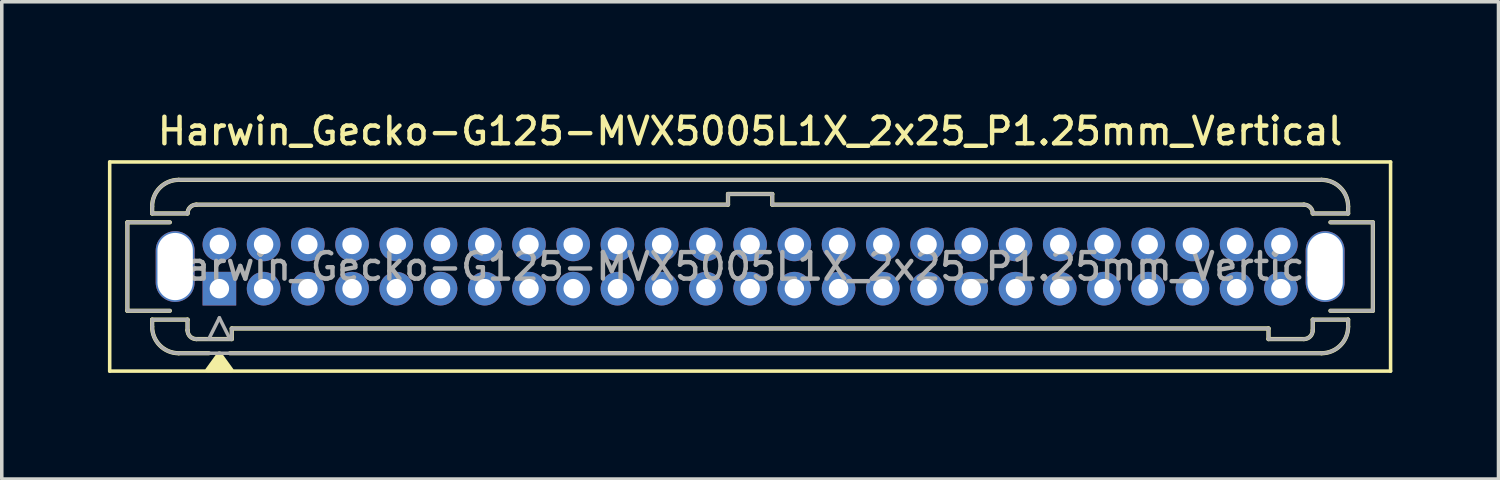
<source format=kicad_pcb>
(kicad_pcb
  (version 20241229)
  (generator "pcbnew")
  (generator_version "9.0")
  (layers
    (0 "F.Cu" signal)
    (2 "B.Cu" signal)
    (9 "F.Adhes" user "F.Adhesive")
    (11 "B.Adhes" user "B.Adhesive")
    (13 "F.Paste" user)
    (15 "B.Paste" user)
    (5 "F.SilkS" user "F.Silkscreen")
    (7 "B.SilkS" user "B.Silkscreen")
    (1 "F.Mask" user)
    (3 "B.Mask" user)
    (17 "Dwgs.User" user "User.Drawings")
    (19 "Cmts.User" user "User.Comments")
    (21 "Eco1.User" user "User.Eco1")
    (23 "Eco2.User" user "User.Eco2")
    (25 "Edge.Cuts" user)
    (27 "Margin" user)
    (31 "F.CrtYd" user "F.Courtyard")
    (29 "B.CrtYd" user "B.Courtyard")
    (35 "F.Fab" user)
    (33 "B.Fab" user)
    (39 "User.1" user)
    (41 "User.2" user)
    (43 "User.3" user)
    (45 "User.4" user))
  (footprint "Harwin_Gecko-G125-MVX5005L1X_2x25_P1.25mm_Vertical"
    (layer "F.Cu")
    (at 3.15 5.108)
    (property "Reference" "Harwin_Gecko-G125-MVX5005L1X_2x25_P1.25mm_Vertical" (at 15 -4.45 0) (layer "F.SilkS") (effects (font (size 0.75 0.75) (thickness 0.125))))
    (attr through_hole)
    (fp_line (start -3.1 -3.58) (end -3.1 2.33) (stroke (width 0.1) (type solid)) (layer "F.SilkS"))
    (fp_line (start -3.1 2.33) (end 33.1 2.33) (stroke (width 0.1) (type solid)) (layer "F.SilkS"))
    (fp_line (start -2.6 -1.875) (end -2.6 0.625) (stroke (width 0.12) (type solid)) (layer "F.SilkS"))
    (fp_line (start -2.6 0.625) (end -1.4 0.625) (stroke (width 0.12) (type solid)) (layer "F.SilkS"))
    (fp_line (start -1.9 -2.325) (end -1.9 -2.125) (stroke (width 0.12) (type solid)) (layer "F.SilkS"))
    (fp_line (start -1.9 -2.125) (end -0.9 -2.125) (stroke (width 0.12) (type solid)) (layer "F.SilkS"))
    (fp_line (start -1.9 0.875) (end -0.9 0.875) (stroke (width 0.12) (type solid)) (layer "F.SilkS"))
    (fp_line (start -1.9 1.075) (end -1.9 0.875) (stroke (width 0.12) (type solid)) (layer "F.SilkS"))
    (fp_line (start -1.4 -1.875) (end -2.6 -1.875) (stroke (width 0.12) (type solid)) (layer "F.SilkS"))
    (fp_line (start -1.15 -3.075) (end 31.15 -3.075) (stroke (width 0.12) (type solid)) (layer "F.SilkS"))
    (fp_line (start -1.15 1.825) (end -0.3 1.825) (stroke (width 0.12) (type solid)) (layer "F.SilkS"))
    (fp_line (start -0.9 1.175) (end -0.9 0.875) (stroke (width 0.12) (type solid)) (layer "F.SilkS"))
    (fp_line (start -0.65 -2.375) (end 14.375 -2.375) (stroke (width 0.12) (type solid)) (layer "F.SilkS"))
    (fp_line (start -0.65 1.425) (end 0.35 1.425) (stroke (width 0.12) (type solid)) (layer "F.SilkS"))
    (fp_line (start 0.3 1.825) (end 31.15 1.825) (stroke (width 0.12) (type solid)) (layer "F.SilkS"))
    (fp_line (start 0.35 1.125) (end 29.65 1.125) (stroke (width 0.12) (type solid)) (layer "F.SilkS"))
    (fp_line (start 0.35 1.425) (end 0.35 1.125) (stroke (width 0.12) (type solid)) (layer "F.SilkS"))
    (fp_line (start 14.375 -2.675) (end 15.625 -2.675) (stroke (width 0.12) (type solid)) (layer "F.SilkS"))
    (fp_line (start 14.375 -2.375) (end 14.375 -2.675) (stroke (width 0.12) (type solid)) (layer "F.SilkS"))
    (fp_line (start 15.625 -2.675) (end 15.625 -2.375) (stroke (width 0.12) (type solid)) (layer "F.SilkS"))
    (fp_line (start 15.625 -2.375) (end 30.65 -2.375) (stroke (width 0.12) (type solid)) (layer "F.SilkS"))
    (fp_line (start 29.65 1.125) (end 29.65 1.425) (stroke (width 0.12) (type solid)) (layer "F.SilkS"))
    (fp_line (start 29.65 1.425) (end 30.65 1.425) (stroke (width 0.12) (type solid)) (layer "F.SilkS"))
    (fp_line (start 30.9 1.175) (end 30.9 0.875) (stroke (width 0.12) (type solid)) (layer "F.SilkS"))
    (fp_line (start 31.4 -1.875) (end 32.6 -1.875) (stroke (width 0.12) (type solid)) (layer "F.SilkS"))
    (fp_line (start 31.9 -2.325) (end 31.9 -2.125) (stroke (width 0.12) (type solid)) (layer "F.SilkS"))
    (fp_line (start 31.9 -2.125) (end 30.9 -2.125) (stroke (width 0.12) (type solid)) (layer "F.SilkS"))
    (fp_line (start 31.9 0.875) (end 30.9 0.875) (stroke (width 0.12) (type solid)) (layer "F.SilkS"))
    (fp_line (start 31.9 1.075) (end 31.9 0.875) (stroke (width 0.12) (type solid)) (layer "F.SilkS"))
    (fp_line (start 32.6 -1.875) (end 32.6 0.625) (stroke (width 0.12) (type solid)) (layer "F.SilkS"))
    (fp_line (start 32.6 0.625) (end 31.4 0.625) (stroke (width 0.12) (type solid)) (layer "F.SilkS"))
    (fp_line (start 33.1 -3.58) (end -3.1 -3.58) (stroke (width 0.1) (type solid)) (layer "F.SilkS"))
    (fp_line (start 33.1 -3.58) (end 33.1 2.33) (stroke (width 0.1) (type solid)) (layer "F.SilkS"))
    (fp_arc (start -1.9 -2.325) (mid -1.68033 -2.85533) (end -1.15 -3.075) (stroke (width 0.12) (type solid)) (layer "F.SilkS"))
    (fp_arc (start -1.15 1.825) (mid -1.68033 1.60533) (end -1.9 1.075) (stroke (width 0.12) (type solid)) (layer "F.SilkS"))
    (fp_arc (start -0.9 -2.125) (mid -0.826777 -2.301777) (end -0.65 -2.375) (stroke (width 0.12) (type solid)) (layer "F.SilkS"))
    (fp_arc (start -0.65 1.425) (mid -0.826777 1.351777) (end -0.9 1.175) (stroke (width 0.12) (type solid)) (layer "F.SilkS"))
    (fp_arc (start 30.65 -2.375) (mid 30.826777 -2.301777) (end 30.9 -2.125) (stroke (width 0.12) (type solid)) (layer "F.SilkS"))
    (fp_arc (start 30.9 1.175) (mid 30.826777 1.351777) (end 30.65 1.425) (stroke (width 0.12) (type solid)) (layer "F.SilkS"))
    (fp_arc (start 31.15 -3.075) (mid 31.68033 -2.85533) (end 31.9 -2.325) (stroke (width 0.12) (type solid)) (layer "F.SilkS"))
    (fp_arc (start 31.9 1.075) (mid 31.68033 1.60533) (end 31.15 1.825) (stroke (width 0.12) (type solid)) (layer "F.SilkS"))
    (fp_poly (pts (xy 0 1.83) (xy -0.34 2.3) (xy 0.34 2.3) (xy 0 1.83)) (stroke (width 0.12) (type solid)) (fill yes) (layer "F.SilkS"))
    (fp_line (start -2.6 -1.875) (end -2.6 0.625) (stroke (width 0.1) (type solid)) (layer "F.Fab"))
    (fp_line (start -2.6 0.625) (end -1.4 0.625) (stroke (width 0.1) (type solid)) (layer "F.Fab"))
    (fp_line (start -1.9 -2.325) (end -1.9 -2.125) (stroke (width 0.1) (type solid)) (layer "F.Fab"))
    (fp_line (start -1.9 -2.125) (end -0.9 -2.125) (stroke (width 0.1) (type solid)) (layer "F.Fab"))
    (fp_line (start -1.9 0.875) (end -0.9 0.875) (stroke (width 0.1) (type solid)) (layer "F.Fab"))
    (fp_line (start -1.9 1.075) (end -1.9 0.875) (stroke (width 0.1) (type solid)) (layer "F.Fab"))
    (fp_line (start -1.4 -1.875) (end -2.6 -1.875) (stroke (width 0.1) (type solid)) (layer "F.Fab"))
    (fp_line (start -1.15 -3.075) (end 31.15 -3.075) (stroke (width 0.1) (type solid)) (layer "F.Fab"))
    (fp_line (start -1.15 1.825) (end 31.15 1.825) (stroke (width 0.1) (type solid)) (layer "F.Fab"))
    (fp_line (start -0.9 1.175) (end -0.9 0.875) (stroke (width 0.1) (type solid)) (layer "F.Fab"))
    (fp_line (start -0.65 -2.375) (end 14.375 -2.375) (stroke (width 0.1) (type solid)) (layer "F.Fab"))
    (fp_line (start -0.65 1.425) (end 0.35 1.425) (stroke (width 0.1) (type solid)) (layer "F.Fab"))
    (fp_line (start 0 0.825) (end -0.3 1.425) (stroke (width 0.1) (type solid)) (layer "F.Fab"))
    (fp_line (start 0.3 1.425) (end 0 0.825) (stroke (width 0.1) (type solid)) (layer "F.Fab"))
    (fp_line (start 0.35 1.125) (end 29.65 1.125) (stroke (width 0.1) (type solid)) (layer "F.Fab"))
    (fp_line (start 0.35 1.425) (end 0.35 1.125) (stroke (width 0.1) (type solid)) (layer "F.Fab"))
    (fp_line (start 14.375 -2.675) (end 15.625 -2.675) (stroke (width 0.1) (type solid)) (layer "F.Fab"))
    (fp_line (start 14.375 -2.375) (end 14.375 -2.675) (stroke (width 0.1) (type solid)) (layer "F.Fab"))
    (fp_line (start 15.625 -2.675) (end 15.625 -2.375) (stroke (width 0.1) (type solid)) (layer "F.Fab"))
    (fp_line (start 15.625 -2.375) (end 30.65 -2.375) (stroke (width 0.1) (type solid)) (layer "F.Fab"))
    (fp_line (start 29.65 1.125) (end 29.65 1.425) (stroke (width 0.1) (type solid)) (layer "F.Fab"))
    (fp_line (start 29.65 1.425) (end 30.65 1.425) (stroke (width 0.1) (type solid)) (layer "F.Fab"))
    (fp_line (start 30.9 1.175) (end 30.9 0.875) (stroke (width 0.1) (type solid)) (layer "F.Fab"))
    (fp_line (start 31.4 -1.875) (end 32.6 -1.875) (stroke (width 0.1) (type solid)) (layer "F.Fab"))
    (fp_line (start 31.9 -2.325) (end 31.9 -2.125) (stroke (width 0.1) (type solid)) (layer "F.Fab"))
    (fp_line (start 31.9 -2.125) (end 30.9 -2.125) (stroke (width 0.1) (type solid)) (layer "F.Fab"))
    (fp_line (start 31.9 0.875) (end 30.9 0.875) (stroke (width 0.1) (type solid)) (layer "F.Fab"))
    (fp_line (start 31.9 1.075) (end 31.9 0.875) (stroke (width 0.1) (type solid)) (layer "F.Fab"))
    (fp_line (start 32.6 -1.875) (end 32.6 0.625) (stroke (width 0.1) (type solid)) (layer "F.Fab"))
    (fp_line (start 32.6 0.625) (end 31.4 0.625) (stroke (width 0.1) (type solid)) (layer "F.Fab"))
    (fp_arc (start -1.9 -2.325) (mid -1.68033 -2.85533) (end -1.15 -3.075) (stroke (width 0.1) (type solid)) (layer "F.Fab"))
    (fp_arc (start -1.15 1.825) (mid -1.68033 1.60533) (end -1.9 1.075) (stroke (width 0.1) (type solid)) (layer "F.Fab"))
    (fp_arc (start -0.9 -2.125) (mid -0.826777 -2.301777) (end -0.65 -2.375) (stroke (width 0.1) (type solid)) (layer "F.Fab"))
    (fp_arc (start -0.65 1.425) (mid -0.826777 1.351777) (end -0.9 1.175) (stroke (width 0.1) (type solid)) (layer "F.Fab"))
    (fp_arc (start 30.65 -2.375) (mid 30.826777 -2.301777) (end 30.9 -2.125) (stroke (width 0.1) (type solid)) (layer "F.Fab"))
    (fp_arc (start 30.9 1.175) (mid 30.826777 1.351777) (end 30.65 1.425) (stroke (width 0.1) (type solid)) (layer "F.Fab"))
    (fp_arc (start 31.15 -3.075) (mid 31.68033 -2.85533) (end 31.9 -2.325) (stroke (width 0.1) (type solid)) (layer "F.Fab"))
    (fp_arc (start 31.9 1.075) (mid 31.68033 1.60533) (end 31.15 1.825) (stroke (width 0.1) (type solid)) (layer "F.Fab"))
    (fp_text user "${REFERENCE}" (at 15 -0.625 0) (layer "F.Fab") (effects (font (size 0.75 0.75) (thickness 0.125))))
    (pad "" np_thru_hole oval (at -1.25 -0.625) (size 1.1 2) (drill oval 1 1.9) (layers "*.Cu" "*.Mask"))
    (pad "" np_thru_hole oval (at 31.25 -0.625) (size 1.1 2) (drill oval 1 1.9) (layers "*.Cu" "*.Mask"))
    (pad "1" thru_hole rect (at 0 0) (size 0.95 0.95) (drill 0.55) (layers "*.Cu" "*.Mask"))
    (pad "2" thru_hole circle (at 1.25 0) (size 0.95 0.95) (drill 0.55) (layers "*.Cu" "*.Mask"))
    (pad "3" thru_hole circle (at 2.5 0) (size 0.95 0.95) (drill 0.55) (layers "*.Cu" "*.Mask"))
    (pad "4" thru_hole circle (at 3.75 0) (size 0.95 0.95) (drill 0.55) (layers "*.Cu" "*.Mask"))
    (pad "5" thru_hole circle (at 5 0) (size 0.95 0.95) (drill 0.55) (layers "*.Cu" "*.Mask"))
    (pad "6" thru_hole circle (at 6.25 0) (size 0.95 0.95) (drill 0.55) (layers "*.Cu" "*.Mask"))
    (pad "7" thru_hole circle (at 7.5 0) (size 0.95 0.95) (drill 0.55) (layers "*.Cu" "*.Mask"))
    (pad "8" thru_hole circle (at 8.75 0) (size 0.95 0.95) (drill 0.55) (layers "*.Cu" "*.Mask"))
    (pad "9" thru_hole circle (at 10 0) (size 0.95 0.95) (drill 0.55) (layers "*.Cu" "*.Mask"))
    (pad "10" thru_hole circle (at 11.25 0) (size 0.95 0.95) (drill 0.55) (layers "*.Cu" "*.Mask"))
    (pad "11" thru_hole circle (at 12.5 0) (size 0.95 0.95) (drill 0.55) (layers "*.Cu" "*.Mask"))
    (pad "12" thru_hole circle (at 13.75 0) (size 0.95 0.95) (drill 0.55) (layers "*.Cu" "*.Mask"))
    (pad "13" thru_hole circle (at 15 0) (size 0.95 0.95) (drill 0.55) (layers "*.Cu" "*.Mask"))
    (pad "14" thru_hole circle (at 16.25 0) (size 0.95 0.95) (drill 0.55) (layers "*.Cu" "*.Mask"))
    (pad "15" thru_hole circle (at 17.5 0) (size 0.95 0.95) (drill 0.55) (layers "*.Cu" "*.Mask"))
    (pad "16" thru_hole circle (at 18.75 0) (size 0.95 0.95) (drill 0.55) (layers "*.Cu" "*.Mask"))
    (pad "17" thru_hole circle (at 20 0) (size 0.95 0.95) (drill 0.55) (layers "*.Cu" "*.Mask"))
    (pad "18" thru_hole circle (at 21.25 0) (size 0.95 0.95) (drill 0.55) (layers "*.Cu" "*.Mask"))
    (pad "19" thru_hole circle (at 22.5 0) (size 0.95 0.95) (drill 0.55) (layers "*.Cu" "*.Mask"))
    (pad "20" thru_hole circle (at 23.75 0) (size 0.95 0.95) (drill 0.55) (layers "*.Cu" "*.Mask"))
    (pad "21" thru_hole circle (at 25 0) (size 0.95 0.95) (drill 0.55) (layers "*.Cu" "*.Mask"))
    (pad "22" thru_hole circle (at 26.25 0) (size 0.95 0.95) (drill 0.55) (layers "*.Cu" "*.Mask"))
    (pad "23" thru_hole circle (at 27.5 0) (size 0.95 0.95) (drill 0.55) (layers "*.Cu" "*.Mask"))
    (pad "24" thru_hole circle (at 28.75 0) (size 0.95 0.95) (drill 0.55) (layers "*.Cu" "*.Mask"))
    (pad "25" thru_hole circle (at 30 0) (size 0.95 0.95) (drill 0.55) (layers "*.Cu" "*.Mask"))
    (pad "26" thru_hole circle (at 1.25 -1.25) (size 0.95 0.95) (drill 0.55) (layers "*.Cu" "*.Mask"))
    (pad "27" thru_hole circle (at 0 -1.25) (size 0.95 0.95) (drill 0.55) (layers "*.Cu" "*.Mask"))
    (pad "28" thru_hole circle (at 2.5 -1.25) (size 0.95 0.95) (drill 0.55) (layers "*.Cu" "*.Mask"))
    (pad "29" thru_hole circle (at 3.75 -1.25) (size 0.95 0.95) (drill 0.55) (layers "*.Cu" "*.Mask"))
    (pad "30" thru_hole circle (at 5 -1.25) (size 0.95 0.95) (drill 0.55) (layers "*.Cu" "*.Mask"))
    (pad "31" thru_hole circle (at 6.25 -1.25) (size 0.95 0.95) (drill 0.55) (layers "*.Cu" "*.Mask"))
    (pad "32" thru_hole circle (at 7.5 -1.25) (size 0.95 0.95) (drill 0.55) (layers "*.Cu" "*.Mask"))
    (pad "33" thru_hole circle (at 8.75 -1.25) (size 0.95 0.95) (drill 0.55) (layers "*.Cu" "*.Mask"))
    (pad "34" thru_hole circle (at 10 -1.25) (size 0.95 0.95) (drill 0.55) (layers "*.Cu" "*.Mask"))
    (pad "35" thru_hole circle (at 11.25 -1.25) (size 0.95 0.95) (drill 0.55) (layers "*.Cu" "*.Mask"))
    (pad "36" thru_hole circle (at 12.5 -1.25) (size 0.95 0.95) (drill 0.55) (layers "*.Cu" "*.Mask"))
    (pad "37" thru_hole circle (at 13.75 -1.25) (size 0.95 0.95) (drill 0.55) (layers "*.Cu" "*.Mask"))
    (pad "38" thru_hole circle (at 15 -1.25) (size 0.95 0.95) (drill 0.55) (layers "*.Cu" "*.Mask"))
    (pad "39" thru_hole circle (at 16.25 -1.25) (size 0.95 0.95) (drill 0.55) (layers "*.Cu" "*.Mask"))
    (pad "40" thru_hole circle (at 17.5 -1.25) (size 0.95 0.95) (drill 0.55) (layers "*.Cu" "*.Mask"))
    (pad "41" thru_hole circle (at 18.75 -1.25) (size 0.95 0.95) (drill 0.55) (layers "*.Cu" "*.Mask"))
    (pad "42" thru_hole circle (at 20 -1.25) (size 0.95 0.95) (drill 0.55) (layers "*.Cu" "*.Mask"))
    (pad "43" thru_hole circle (at 21.25 -1.25) (size 0.95 0.95) (drill 0.55) (layers "*.Cu" "*.Mask"))
    (pad "44" thru_hole circle (at 22.5 -1.25) (size 0.95 0.95) (drill 0.55) (layers "*.Cu" "*.Mask"))
    (pad "45" thru_hole circle (at 23.75 -1.25) (size 0.95 0.95) (drill 0.55) (layers "*.Cu" "*.Mask"))
    (pad "46" thru_hole circle (at 25 -1.25) (size 0.95 0.95) (drill 0.55) (layers "*.Cu" "*.Mask"))
    (pad "47" thru_hole circle (at 26.25 -1.25) (size 0.95 0.95) (drill 0.55) (layers "*.Cu" "*.Mask"))
    (pad "48" thru_hole circle (at 27.5 -1.25) (size 0.95 0.95) (drill 0.55) (layers "*.Cu" "*.Mask"))
    (pad "49" thru_hole circle (at 28.75 -1.25) (size 0.95 0.95) (drill 0.55) (layers "*.Cu" "*.Mask"))
    (pad "50" thru_hole circle (at 30 -1.25) (size 0.95 0.95) (drill 0.55) (layers "*.Cu" "*.Mask")))
  (gr_rect
    (start -3 -3)
    (end 39.3 10.488)
    (stroke (width 0.1) (type default))
    (fill no)
    (layer "Edge.Cuts")))
</source>
